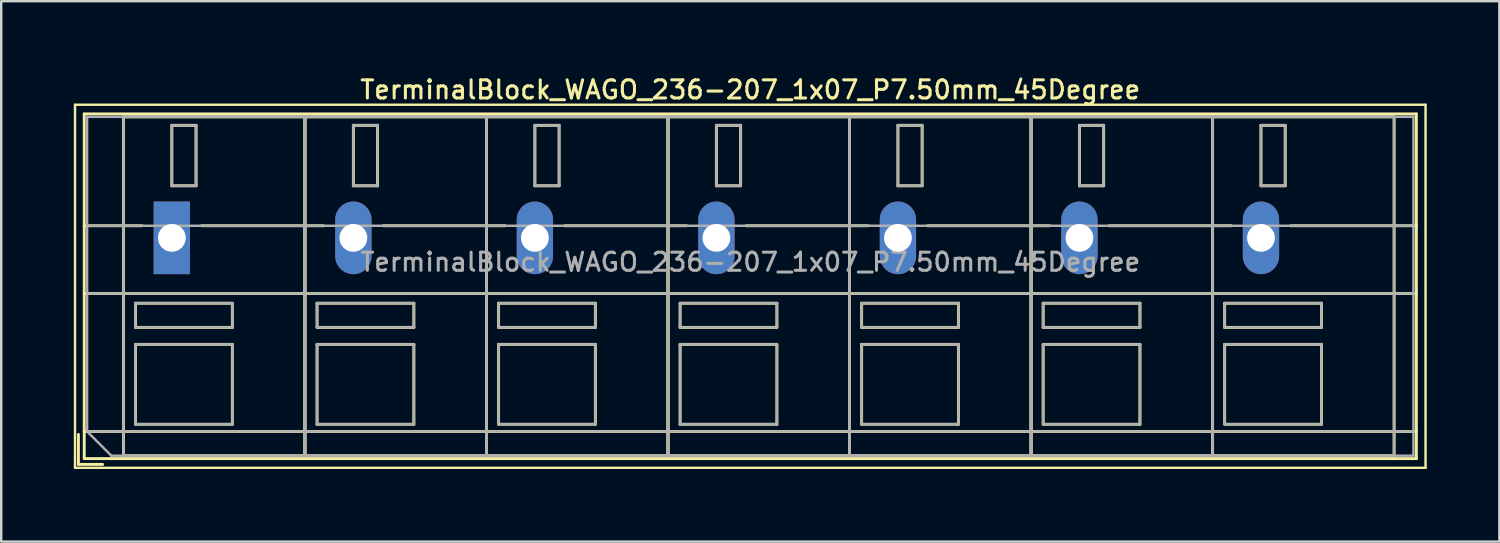
<source format=kicad_pcb>
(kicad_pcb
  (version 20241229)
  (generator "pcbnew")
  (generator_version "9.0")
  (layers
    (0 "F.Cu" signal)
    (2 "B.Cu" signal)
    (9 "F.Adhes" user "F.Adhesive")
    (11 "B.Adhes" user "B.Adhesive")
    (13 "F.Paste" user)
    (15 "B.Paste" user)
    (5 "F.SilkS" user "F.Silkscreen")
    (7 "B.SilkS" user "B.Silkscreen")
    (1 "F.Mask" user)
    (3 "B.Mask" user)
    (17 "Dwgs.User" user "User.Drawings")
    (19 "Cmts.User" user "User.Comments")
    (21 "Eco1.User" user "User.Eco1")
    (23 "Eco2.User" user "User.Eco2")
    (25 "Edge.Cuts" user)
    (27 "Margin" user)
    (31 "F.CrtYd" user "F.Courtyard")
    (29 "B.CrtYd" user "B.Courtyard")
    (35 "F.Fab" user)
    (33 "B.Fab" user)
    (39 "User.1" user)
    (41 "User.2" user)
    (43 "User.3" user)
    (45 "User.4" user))
  (footprint "TerminalBlock_WAGO_236-207_1x07_P7.50mm_45Degree"
    (layer "F.Cu")
    (at 4.05 6.778)
    (property "Reference" "TerminalBlock_WAGO_236-207_1x07_P7.50mm_45Degree" (at 23.9 -6.12 0) (layer "F.SilkS") (effects (font (size 0.75 0.75) (thickness 0.125))))
    (attr through_hole)
    (fp_line (start -4 -5.5) (end -4 9.5) (stroke (width 0.1) (type solid)) (layer "F.SilkS"))
    (fp_line (start -4 9.5) (end 51.8 9.5) (stroke (width 0.1) (type solid)) (layer "F.SilkS"))
    (fp_line (start -3.86 8.12) (end -3.86 9.36) (stroke (width 0.12) (type solid)) (layer "F.SilkS"))
    (fp_line (start -3.86 9.36) (end -2.86 9.36) (stroke (width 0.12) (type solid)) (layer "F.SilkS"))
    (fp_line (start -3.62 -5.12) (end -3.62 9.12) (stroke (width 0.12) (type solid)) (layer "F.SilkS"))
    (fp_line (start -3.62 -5.12) (end 51.42 -5.12) (stroke (width 0.12) (type solid)) (layer "F.SilkS"))
    (fp_line (start -3.62 -0.5) (end -1.23 -0.5) (stroke (width 0.12) (type solid)) (layer "F.SilkS"))
    (fp_line (start -3.62 2.3) (end 51.42 2.3) (stroke (width 0.12) (type solid)) (layer "F.SilkS"))
    (fp_line (start -3.62 8) (end 51.42 8) (stroke (width 0.12) (type solid)) (layer "F.SilkS"))
    (fp_line (start -3.62 9.12) (end 51.42 9.12) (stroke (width 0.12) (type solid)) (layer "F.SilkS"))
    (fp_line (start -2 -5) (end -2 9) (stroke (width 0.12) (type solid)) (layer "F.SilkS"))
    (fp_line (start -2 -5) (end 5.5 -5) (stroke (width 0.12) (type solid)) (layer "F.SilkS"))
    (fp_line (start -2 9) (end 5.5 9) (stroke (width 0.12) (type solid)) (layer "F.SilkS"))
    (fp_line (start -1.5 2.7) (end -1.5 3.7) (stroke (width 0.12) (type solid)) (layer "F.SilkS"))
    (fp_line (start -1.5 2.7) (end 2.5 2.7) (stroke (width 0.12) (type solid)) (layer "F.SilkS"))
    (fp_line (start -1.5 3.7) (end 2.5 3.7) (stroke (width 0.12) (type solid)) (layer "F.SilkS"))
    (fp_line (start -1.5 4.4) (end -1.5 7.7) (stroke (width 0.12) (type solid)) (layer "F.SilkS"))
    (fp_line (start -1.5 4.4) (end 2.5 4.4) (stroke (width 0.12) (type solid)) (layer "F.SilkS"))
    (fp_line (start -1.5 7.7) (end 2.5 7.7) (stroke (width 0.12) (type solid)) (layer "F.SilkS"))
    (fp_line (start 0 -4.65) (end 0 -2.151) (stroke (width 0.12) (type solid)) (layer "F.SilkS"))
    (fp_line (start 0 -4.65) (end 1 -4.65) (stroke (width 0.12) (type solid)) (layer "F.SilkS"))
    (fp_line (start 0 -2.151) (end 1 -2.151) (stroke (width 0.12) (type solid)) (layer "F.SilkS"))
    (fp_line (start 1 -4.65) (end 1 -2.151) (stroke (width 0.12) (type solid)) (layer "F.SilkS"))
    (fp_line (start 1.23 -0.5) (end 6.27 -0.5) (stroke (width 0.12) (type solid)) (layer "F.SilkS"))
    (fp_line (start 2.5 2.7) (end 2.5 3.7) (stroke (width 0.12) (type solid)) (layer "F.SilkS"))
    (fp_line (start 2.5 4.4) (end 2.5 7.7) (stroke (width 0.12) (type solid)) (layer "F.SilkS"))
    (fp_line (start 5.5 -5) (end 5.5 9) (stroke (width 0.12) (type solid)) (layer "F.SilkS"))
    (fp_line (start 5.5 -5) (end 5.5 9) (stroke (width 0.12) (type solid)) (layer "F.SilkS"))
    (fp_line (start 5.5 -5) (end 13 -5) (stroke (width 0.12) (type solid)) (layer "F.SilkS"))
    (fp_line (start 5.5 9) (end 13 9) (stroke (width 0.12) (type solid)) (layer "F.SilkS"))
    (fp_line (start 6 2.7) (end 6 3.7) (stroke (width 0.12) (type solid)) (layer "F.SilkS"))
    (fp_line (start 6 2.7) (end 10 2.7) (stroke (width 0.12) (type solid)) (layer "F.SilkS"))
    (fp_line (start 6 3.7) (end 10 3.7) (stroke (width 0.12) (type solid)) (layer "F.SilkS"))
    (fp_line (start 6 4.4) (end 6 7.7) (stroke (width 0.12) (type solid)) (layer "F.SilkS"))
    (fp_line (start 6 4.4) (end 10 4.4) (stroke (width 0.12) (type solid)) (layer "F.SilkS"))
    (fp_line (start 6 7.7) (end 10 7.7) (stroke (width 0.12) (type solid)) (layer "F.SilkS"))
    (fp_line (start 7.5 -4.65) (end 7.5 -2.151) (stroke (width 0.12) (type solid)) (layer "F.SilkS"))
    (fp_line (start 7.5 -4.65) (end 8.5 -4.65) (stroke (width 0.12) (type solid)) (layer "F.SilkS"))
    (fp_line (start 7.5 -2.151) (end 8.5 -2.151) (stroke (width 0.12) (type solid)) (layer "F.SilkS"))
    (fp_line (start 8.5 -4.65) (end 8.5 -2.151) (stroke (width 0.12) (type solid)) (layer "F.SilkS"))
    (fp_line (start 8.73 -0.5) (end 13.77 -0.5) (stroke (width 0.12) (type solid)) (layer "F.SilkS"))
    (fp_line (start 10 2.7) (end 10 3.7) (stroke (width 0.12) (type solid)) (layer "F.SilkS"))
    (fp_line (start 10 4.4) (end 10 7.7) (stroke (width 0.12) (type solid)) (layer "F.SilkS"))
    (fp_line (start 13 -5) (end 13 9) (stroke (width 0.12) (type solid)) (layer "F.SilkS"))
    (fp_line (start 13 -5) (end 13 9) (stroke (width 0.12) (type solid)) (layer "F.SilkS"))
    (fp_line (start 13 -5) (end 20.5 -5) (stroke (width 0.12) (type solid)) (layer "F.SilkS"))
    (fp_line (start 13 9) (end 20.5 9) (stroke (width 0.12) (type solid)) (layer "F.SilkS"))
    (fp_line (start 13.5 2.7) (end 13.5 3.7) (stroke (width 0.12) (type solid)) (layer "F.SilkS"))
    (fp_line (start 13.5 2.7) (end 17.5 2.7) (stroke (width 0.12) (type solid)) (layer "F.SilkS"))
    (fp_line (start 13.5 3.7) (end 17.5 3.7) (stroke (width 0.12) (type solid)) (layer "F.SilkS"))
    (fp_line (start 13.5 4.4) (end 13.5 7.7) (stroke (width 0.12) (type solid)) (layer "F.SilkS"))
    (fp_line (start 13.5 4.4) (end 17.5 4.4) (stroke (width 0.12) (type solid)) (layer "F.SilkS"))
    (fp_line (start 13.5 7.7) (end 17.5 7.7) (stroke (width 0.12) (type solid)) (layer "F.SilkS"))
    (fp_line (start 15 -4.65) (end 15 -2.151) (stroke (width 0.12) (type solid)) (layer "F.SilkS"))
    (fp_line (start 15 -4.65) (end 16 -4.65) (stroke (width 0.12) (type solid)) (layer "F.SilkS"))
    (fp_line (start 15 -2.151) (end 16 -2.151) (stroke (width 0.12) (type solid)) (layer "F.SilkS"))
    (fp_line (start 16 -4.65) (end 16 -2.151) (stroke (width 0.12) (type solid)) (layer "F.SilkS"))
    (fp_line (start 16.23 -0.5) (end 21.27 -0.5) (stroke (width 0.12) (type solid)) (layer "F.SilkS"))
    (fp_line (start 17.5 2.7) (end 17.5 3.7) (stroke (width 0.12) (type solid)) (layer "F.SilkS"))
    (fp_line (start 17.5 4.4) (end 17.5 7.7) (stroke (width 0.12) (type solid)) (layer "F.SilkS"))
    (fp_line (start 20.5 -5) (end 20.5 9) (stroke (width 0.12) (type solid)) (layer "F.SilkS"))
    (fp_line (start 20.5 -5) (end 20.5 9) (stroke (width 0.12) (type solid)) (layer "F.SilkS"))
    (fp_line (start 20.5 -5) (end 28 -5) (stroke (width 0.12) (type solid)) (layer "F.SilkS"))
    (fp_line (start 20.5 9) (end 28 9) (stroke (width 0.12) (type solid)) (layer "F.SilkS"))
    (fp_line (start 21 2.7) (end 21 3.7) (stroke (width 0.12) (type solid)) (layer "F.SilkS"))
    (fp_line (start 21 2.7) (end 25 2.7) (stroke (width 0.12) (type solid)) (layer "F.SilkS"))
    (fp_line (start 21 3.7) (end 25 3.7) (stroke (width 0.12) (type solid)) (layer "F.SilkS"))
    (fp_line (start 21 4.4) (end 21 7.7) (stroke (width 0.12) (type solid)) (layer "F.SilkS"))
    (fp_line (start 21 4.4) (end 25 4.4) (stroke (width 0.12) (type solid)) (layer "F.SilkS"))
    (fp_line (start 21 7.7) (end 25 7.7) (stroke (width 0.12) (type solid)) (layer "F.SilkS"))
    (fp_line (start 22.5 -4.65) (end 22.5 -2.151) (stroke (width 0.12) (type solid)) (layer "F.SilkS"))
    (fp_line (start 22.5 -4.65) (end 23.5 -4.65) (stroke (width 0.12) (type solid)) (layer "F.SilkS"))
    (fp_line (start 22.5 -2.151) (end 23.5 -2.151) (stroke (width 0.12) (type solid)) (layer "F.SilkS"))
    (fp_line (start 23.5 -4.65) (end 23.5 -2.151) (stroke (width 0.12) (type solid)) (layer "F.SilkS"))
    (fp_line (start 23.73 -0.5) (end 28.77 -0.5) (stroke (width 0.12) (type solid)) (layer "F.SilkS"))
    (fp_line (start 25 2.7) (end 25 3.7) (stroke (width 0.12) (type solid)) (layer "F.SilkS"))
    (fp_line (start 25 4.4) (end 25 7.7) (stroke (width 0.12) (type solid)) (layer "F.SilkS"))
    (fp_line (start 28 -5) (end 28 9) (stroke (width 0.12) (type solid)) (layer "F.SilkS"))
    (fp_line (start 28 -5) (end 28 9) (stroke (width 0.12) (type solid)) (layer "F.SilkS"))
    (fp_line (start 28 -5) (end 35.5 -5) (stroke (width 0.12) (type solid)) (layer "F.SilkS"))
    (fp_line (start 28 9) (end 35.5 9) (stroke (width 0.12) (type solid)) (layer "F.SilkS"))
    (fp_line (start 28.5 2.7) (end 28.5 3.7) (stroke (width 0.12) (type solid)) (layer "F.SilkS"))
    (fp_line (start 28.5 2.7) (end 32.5 2.7) (stroke (width 0.12) (type solid)) (layer "F.SilkS"))
    (fp_line (start 28.5 3.7) (end 32.5 3.7) (stroke (width 0.12) (type solid)) (layer "F.SilkS"))
    (fp_line (start 28.5 4.4) (end 28.5 7.7) (stroke (width 0.12) (type solid)) (layer "F.SilkS"))
    (fp_line (start 28.5 4.4) (end 32.5 4.4) (stroke (width 0.12) (type solid)) (layer "F.SilkS"))
    (fp_line (start 28.5 7.7) (end 32.5 7.7) (stroke (width 0.12) (type solid)) (layer "F.SilkS"))
    (fp_line (start 30 -4.65) (end 30 -2.151) (stroke (width 0.12) (type solid)) (layer "F.SilkS"))
    (fp_line (start 30 -4.65) (end 31 -4.65) (stroke (width 0.12) (type solid)) (layer "F.SilkS"))
    (fp_line (start 30 -2.151) (end 31 -2.151) (stroke (width 0.12) (type solid)) (layer "F.SilkS"))
    (fp_line (start 31 -4.65) (end 31 -2.151) (stroke (width 0.12) (type solid)) (layer "F.SilkS"))
    (fp_line (start 31.23 -0.5) (end 36.27 -0.5) (stroke (width 0.12) (type solid)) (layer "F.SilkS"))
    (fp_line (start 32.5 2.7) (end 32.5 3.7) (stroke (width 0.12) (type solid)) (layer "F.SilkS"))
    (fp_line (start 32.5 4.4) (end 32.5 7.7) (stroke (width 0.12) (type solid)) (layer "F.SilkS"))
    (fp_line (start 35.5 -5) (end 35.5 9) (stroke (width 0.12) (type solid)) (layer "F.SilkS"))
    (fp_line (start 35.5 -5) (end 35.5 9) (stroke (width 0.12) (type solid)) (layer "F.SilkS"))
    (fp_line (start 35.5 -5) (end 43 -5) (stroke (width 0.12) (type solid)) (layer "F.SilkS"))
    (fp_line (start 35.5 9) (end 43 9) (stroke (width 0.12) (type solid)) (layer "F.SilkS"))
    (fp_line (start 36 2.7) (end 36 3.7) (stroke (width 0.12) (type solid)) (layer "F.SilkS"))
    (fp_line (start 36 2.7) (end 40 2.7) (stroke (width 0.12) (type solid)) (layer "F.SilkS"))
    (fp_line (start 36 3.7) (end 40 3.7) (stroke (width 0.12) (type solid)) (layer "F.SilkS"))
    (fp_line (start 36 4.4) (end 36 7.7) (stroke (width 0.12) (type solid)) (layer "F.SilkS"))
    (fp_line (start 36 4.4) (end 40 4.4) (stroke (width 0.12) (type solid)) (layer "F.SilkS"))
    (fp_line (start 36 7.7) (end 40 7.7) (stroke (width 0.12) (type solid)) (layer "F.SilkS"))
    (fp_line (start 37.5 -4.65) (end 37.5 -2.151) (stroke (width 0.12) (type solid)) (layer "F.SilkS"))
    (fp_line (start 37.5 -4.65) (end 38.5 -4.65) (stroke (width 0.12) (type solid)) (layer "F.SilkS"))
    (fp_line (start 37.5 -2.151) (end 38.5 -2.151) (stroke (width 0.12) (type solid)) (layer "F.SilkS"))
    (fp_line (start 38.5 -4.65) (end 38.5 -2.151) (stroke (width 0.12) (type solid)) (layer "F.SilkS"))
    (fp_line (start 38.73 -0.5) (end 43.77 -0.5) (stroke (width 0.12) (type solid)) (layer "F.SilkS"))
    (fp_line (start 40 2.7) (end 40 3.7) (stroke (width 0.12) (type solid)) (layer "F.SilkS"))
    (fp_line (start 40 4.4) (end 40 7.7) (stroke (width 0.12) (type solid)) (layer "F.SilkS"))
    (fp_line (start 43 -5) (end 43 9) (stroke (width 0.12) (type solid)) (layer "F.SilkS"))
    (fp_line (start 43 -5) (end 43 9) (stroke (width 0.12) (type solid)) (layer "F.SilkS"))
    (fp_line (start 43 -5) (end 50.5 -5) (stroke (width 0.12) (type solid)) (layer "F.SilkS"))
    (fp_line (start 43 9) (end 50.5 9) (stroke (width 0.12) (type solid)) (layer "F.SilkS"))
    (fp_line (start 43.5 2.7) (end 43.5 3.7) (stroke (width 0.12) (type solid)) (layer "F.SilkS"))
    (fp_line (start 43.5 2.7) (end 47.5 2.7) (stroke (width 0.12) (type solid)) (layer "F.SilkS"))
    (fp_line (start 43.5 3.7) (end 47.5 3.7) (stroke (width 0.12) (type solid)) (layer "F.SilkS"))
    (fp_line (start 43.5 4.4) (end 43.5 7.7) (stroke (width 0.12) (type solid)) (layer "F.SilkS"))
    (fp_line (start 43.5 4.4) (end 47.5 4.4) (stroke (width 0.12) (type solid)) (layer "F.SilkS"))
    (fp_line (start 43.5 7.7) (end 47.5 7.7) (stroke (width 0.12) (type solid)) (layer "F.SilkS"))
    (fp_line (start 45 -4.65) (end 45 -2.151) (stroke (width 0.12) (type solid)) (layer "F.SilkS"))
    (fp_line (start 45 -4.65) (end 46 -4.65) (stroke (width 0.12) (type solid)) (layer "F.SilkS"))
    (fp_line (start 45 -2.151) (end 46 -2.151) (stroke (width 0.12) (type solid)) (layer "F.SilkS"))
    (fp_line (start 46 -4.65) (end 46 -2.151) (stroke (width 0.12) (type solid)) (layer "F.SilkS"))
    (fp_line (start 46.23 -0.5) (end 51.42 -0.5) (stroke (width 0.12) (type solid)) (layer "F.SilkS"))
    (fp_line (start 47.5 2.7) (end 47.5 3.7) (stroke (width 0.12) (type solid)) (layer "F.SilkS"))
    (fp_line (start 47.5 4.4) (end 47.5 7.7) (stroke (width 0.12) (type solid)) (layer "F.SilkS"))
    (fp_line (start 50.5 -5) (end 50.5 9) (stroke (width 0.12) (type solid)) (layer "F.SilkS"))
    (fp_line (start 51.42 -5.12) (end 51.42 9.12) (stroke (width 0.12) (type solid)) (layer "F.SilkS"))
    (fp_line (start 51.8 -5.5) (end -4 -5.5) (stroke (width 0.1) (type solid)) (layer "F.SilkS"))
    (fp_line (start 51.8 9.5) (end 51.8 -5.5) (stroke (width 0.1) (type solid)) (layer "F.SilkS"))
    (fp_line (start -3.5 -5) (end 51.3 -5) (stroke (width 0.1) (type solid)) (layer "F.Fab"))
    (fp_line (start -3.5 -0.5) (end 51.3 -0.5) (stroke (width 0.1) (type solid)) (layer "F.Fab"))
    (fp_line (start -3.5 2.3) (end 51.3 2.3) (stroke (width 0.1) (type solid)) (layer "F.Fab"))
    (fp_line (start -3.5 8) (end -3.5 -5) (stroke (width 0.1) (type solid)) (layer "F.Fab"))
    (fp_line (start -3.5 8) (end 51.3 8) (stroke (width 0.1) (type solid)) (layer "F.Fab"))
    (fp_line (start -2.5 9) (end -3.5 8) (stroke (width 0.1) (type solid)) (layer "F.Fab"))
    (fp_line (start -2 -5) (end -2 9) (stroke (width 0.1) (type solid)) (layer "F.Fab"))
    (fp_line (start -2 9) (end 5.5 9) (stroke (width 0.1) (type solid)) (layer "F.Fab"))
    (fp_line (start -1.5 2.7) (end -1.5 3.7) (stroke (width 0.1) (type solid)) (layer "F.Fab"))
    (fp_line (start -1.5 3.7) (end 2.5 3.7) (stroke (width 0.1) (type solid)) (layer "F.Fab"))
    (fp_line (start -1.5 4.4) (end -1.5 7.7) (stroke (width 0.1) (type solid)) (layer "F.Fab"))
    (fp_line (start -1.5 7.7) (end 2.5 7.7) (stroke (width 0.1) (type solid)) (layer "F.Fab"))
    (fp_line (start 0 -4.65) (end 0 -2.15) (stroke (width 0.1) (type solid)) (layer "F.Fab"))
    (fp_line (start 0 -2.15) (end 1 -2.15) (stroke (width 0.1) (type solid)) (layer "F.Fab"))
    (fp_line (start 1 -4.65) (end 0 -4.65) (stroke (width 0.1) (type solid)) (layer "F.Fab"))
    (fp_line (start 1 -2.15) (end 1 -4.65) (stroke (width 0.1) (type solid)) (layer "F.Fab"))
    (fp_line (start 2.5 2.7) (end -1.5 2.7) (stroke (width 0.1) (type solid)) (layer "F.Fab"))
    (fp_line (start 2.5 3.7) (end 2.5 2.7) (stroke (width 0.1) (type solid)) (layer "F.Fab"))
    (fp_line (start 2.5 4.4) (end -1.5 4.4) (stroke (width 0.1) (type solid)) (layer "F.Fab"))
    (fp_line (start 2.5 7.7) (end 2.5 4.4) (stroke (width 0.1) (type solid)) (layer "F.Fab"))
    (fp_line (start 5.5 -5) (end -2 -5) (stroke (width 0.1) (type solid)) (layer "F.Fab"))
    (fp_line (start 5.5 -5) (end 5.5 9) (stroke (width 0.1) (type solid)) (layer "F.Fab"))
    (fp_line (start 5.5 9) (end 5.5 -5) (stroke (width 0.1) (type solid)) (layer "F.Fab"))
    (fp_line (start 5.5 9) (end 13 9) (stroke (width 0.1) (type solid)) (layer "F.Fab"))
    (fp_line (start 6 2.7) (end 6 3.7) (stroke (width 0.1) (type solid)) (layer "F.Fab"))
    (fp_line (start 6 3.7) (end 10 3.7) (stroke (width 0.1) (type solid)) (layer "F.Fab"))
    (fp_line (start 6 4.4) (end 6 7.7) (stroke (width 0.1) (type solid)) (layer "F.Fab"))
    (fp_line (start 6 7.7) (end 10 7.7) (stroke (width 0.1) (type solid)) (layer "F.Fab"))
    (fp_line (start 7.5 -4.65) (end 7.5 -2.15) (stroke (width 0.1) (type solid)) (layer "F.Fab"))
    (fp_line (start 7.5 -2.15) (end 8.5 -2.15) (stroke (width 0.1) (type solid)) (layer "F.Fab"))
    (fp_line (start 8.5 -4.65) (end 7.5 -4.65) (stroke (width 0.1) (type solid)) (layer "F.Fab"))
    (fp_line (start 8.5 -2.15) (end 8.5 -4.65) (stroke (width 0.1) (type solid)) (layer "F.Fab"))
    (fp_line (start 10 2.7) (end 6 2.7) (stroke (width 0.1) (type solid)) (layer "F.Fab"))
    (fp_line (start 10 3.7) (end 10 2.7) (stroke (width 0.1) (type solid)) (layer "F.Fab"))
    (fp_line (start 10 4.4) (end 6 4.4) (stroke (width 0.1) (type solid)) (layer "F.Fab"))
    (fp_line (start 10 7.7) (end 10 4.4) (stroke (width 0.1) (type solid)) (layer "F.Fab"))
    (fp_line (start 13 -5) (end 5.5 -5) (stroke (width 0.1) (type solid)) (layer "F.Fab"))
    (fp_line (start 13 -5) (end 13 9) (stroke (width 0.1) (type solid)) (layer "F.Fab"))
    (fp_line (start 13 9) (end 13 -5) (stroke (width 0.1) (type solid)) (layer "F.Fab"))
    (fp_line (start 13 9) (end 20.5 9) (stroke (width 0.1) (type solid)) (layer "F.Fab"))
    (fp_line (start 13.5 2.7) (end 13.5 3.7) (stroke (width 0.1) (type solid)) (layer "F.Fab"))
    (fp_line (start 13.5 3.7) (end 17.5 3.7) (stroke (width 0.1) (type solid)) (layer "F.Fab"))
    (fp_line (start 13.5 4.4) (end 13.5 7.7) (stroke (width 0.1) (type solid)) (layer "F.Fab"))
    (fp_line (start 13.5 7.7) (end 17.5 7.7) (stroke (width 0.1) (type solid)) (layer "F.Fab"))
    (fp_line (start 15 -4.65) (end 15 -2.15) (stroke (width 0.1) (type solid)) (layer "F.Fab"))
    (fp_line (start 15 -2.15) (end 16 -2.15) (stroke (width 0.1) (type solid)) (layer "F.Fab"))
    (fp_line (start 16 -4.65) (end 15 -4.65) (stroke (width 0.1) (type solid)) (layer "F.Fab"))
    (fp_line (start 16 -2.15) (end 16 -4.65) (stroke (width 0.1) (type solid)) (layer "F.Fab"))
    (fp_line (start 17.5 2.7) (end 13.5 2.7) (stroke (width 0.1) (type solid)) (layer "F.Fab"))
    (fp_line (start 17.5 3.7) (end 17.5 2.7) (stroke (width 0.1) (type solid)) (layer "F.Fab"))
    (fp_line (start 17.5 4.4) (end 13.5 4.4) (stroke (width 0.1) (type solid)) (layer "F.Fab"))
    (fp_line (start 17.5 7.7) (end 17.5 4.4) (stroke (width 0.1) (type solid)) (layer "F.Fab"))
    (fp_line (start 20.5 -5) (end 13 -5) (stroke (width 0.1) (type solid)) (layer "F.Fab"))
    (fp_line (start 20.5 -5) (end 20.5 9) (stroke (width 0.1) (type solid)) (layer "F.Fab"))
    (fp_line (start 20.5 9) (end 20.5 -5) (stroke (width 0.1) (type solid)) (layer "F.Fab"))
    (fp_line (start 20.5 9) (end 28 9) (stroke (width 0.1) (type solid)) (layer "F.Fab"))
    (fp_line (start 21 2.7) (end 21 3.7) (stroke (width 0.1) (type solid)) (layer "F.Fab"))
    (fp_line (start 21 3.7) (end 25 3.7) (stroke (width 0.1) (type solid)) (layer "F.Fab"))
    (fp_line (start 21 4.4) (end 21 7.7) (stroke (width 0.1) (type solid)) (layer "F.Fab"))
    (fp_line (start 21 7.7) (end 25 7.7) (stroke (width 0.1) (type solid)) (layer "F.Fab"))
    (fp_line (start 22.5 -4.65) (end 22.5 -2.15) (stroke (width 0.1) (type solid)) (layer "F.Fab"))
    (fp_line (start 22.5 -2.15) (end 23.5 -2.15) (stroke (width 0.1) (type solid)) (layer "F.Fab"))
    (fp_line (start 23.5 -4.65) (end 22.5 -4.65) (stroke (width 0.1) (type solid)) (layer "F.Fab"))
    (fp_line (start 23.5 -2.15) (end 23.5 -4.65) (stroke (width 0.1) (type solid)) (layer "F.Fab"))
    (fp_line (start 25 2.7) (end 21 2.7) (stroke (width 0.1) (type solid)) (layer "F.Fab"))
    (fp_line (start 25 3.7) (end 25 2.7) (stroke (width 0.1) (type solid)) (layer "F.Fab"))
    (fp_line (start 25 4.4) (end 21 4.4) (stroke (width 0.1) (type solid)) (layer "F.Fab"))
    (fp_line (start 25 7.7) (end 25 4.4) (stroke (width 0.1) (type solid)) (layer "F.Fab"))
    (fp_line (start 28 -5) (end 20.5 -5) (stroke (width 0.1) (type solid)) (layer "F.Fab"))
    (fp_line (start 28 -5) (end 28 9) (stroke (width 0.1) (type solid)) (layer "F.Fab"))
    (fp_line (start 28 9) (end 28 -5) (stroke (width 0.1) (type solid)) (layer "F.Fab"))
    (fp_line (start 28 9) (end 35.5 9) (stroke (width 0.1) (type solid)) (layer "F.Fab"))
    (fp_line (start 28.5 2.7) (end 28.5 3.7) (stroke (width 0.1) (type solid)) (layer "F.Fab"))
    (fp_line (start 28.5 3.7) (end 32.5 3.7) (stroke (width 0.1) (type solid)) (layer "F.Fab"))
    (fp_line (start 28.5 4.4) (end 28.5 7.7) (stroke (width 0.1) (type solid)) (layer "F.Fab"))
    (fp_line (start 28.5 7.7) (end 32.5 7.7) (stroke (width 0.1) (type solid)) (layer "F.Fab"))
    (fp_line (start 30 -4.65) (end 30 -2.15) (stroke (width 0.1) (type solid)) (layer "F.Fab"))
    (fp_line (start 30 -2.15) (end 31 -2.15) (stroke (width 0.1) (type solid)) (layer "F.Fab"))
    (fp_line (start 31 -4.65) (end 30 -4.65) (stroke (width 0.1) (type solid)) (layer "F.Fab"))
    (fp_line (start 31 -2.15) (end 31 -4.65) (stroke (width 0.1) (type solid)) (layer "F.Fab"))
    (fp_line (start 32.5 2.7) (end 28.5 2.7) (stroke (width 0.1) (type solid)) (layer "F.Fab"))
    (fp_line (start 32.5 3.7) (end 32.5 2.7) (stroke (width 0.1) (type solid)) (layer "F.Fab"))
    (fp_line (start 32.5 4.4) (end 28.5 4.4) (stroke (width 0.1) (type solid)) (layer "F.Fab"))
    (fp_line (start 32.5 7.7) (end 32.5 4.4) (stroke (width 0.1) (type solid)) (layer "F.Fab"))
    (fp_line (start 35.5 -5) (end 28 -5) (stroke (width 0.1) (type solid)) (layer "F.Fab"))
    (fp_line (start 35.5 -5) (end 35.5 9) (stroke (width 0.1) (type solid)) (layer "F.Fab"))
    (fp_line (start 35.5 9) (end 35.5 -5) (stroke (width 0.1) (type solid)) (layer "F.Fab"))
    (fp_line (start 35.5 9) (end 43 9) (stroke (width 0.1) (type solid)) (layer "F.Fab"))
    (fp_line (start 36 2.7) (end 36 3.7) (stroke (width 0.1) (type solid)) (layer "F.Fab"))
    (fp_line (start 36 3.7) (end 40 3.7) (stroke (width 0.1) (type solid)) (layer "F.Fab"))
    (fp_line (start 36 4.4) (end 36 7.7) (stroke (width 0.1) (type solid)) (layer "F.Fab"))
    (fp_line (start 36 7.7) (end 40 7.7) (stroke (width 0.1) (type solid)) (layer "F.Fab"))
    (fp_line (start 37.5 -4.65) (end 37.5 -2.15) (stroke (width 0.1) (type solid)) (layer "F.Fab"))
    (fp_line (start 37.5 -2.15) (end 38.5 -2.15) (stroke (width 0.1) (type solid)) (layer "F.Fab"))
    (fp_line (start 38.5 -4.65) (end 37.5 -4.65) (stroke (width 0.1) (type solid)) (layer "F.Fab"))
    (fp_line (start 38.5 -2.15) (end 38.5 -4.65) (stroke (width 0.1) (type solid)) (layer "F.Fab"))
    (fp_line (start 40 2.7) (end 36 2.7) (stroke (width 0.1) (type solid)) (layer "F.Fab"))
    (fp_line (start 40 3.7) (end 40 2.7) (stroke (width 0.1) (type solid)) (layer "F.Fab"))
    (fp_line (start 40 4.4) (end 36 4.4) (stroke (width 0.1) (type solid)) (layer "F.Fab"))
    (fp_line (start 40 7.7) (end 40 4.4) (stroke (width 0.1) (type solid)) (layer "F.Fab"))
    (fp_line (start 43 -5) (end 35.5 -5) (stroke (width 0.1) (type solid)) (layer "F.Fab"))
    (fp_line (start 43 -5) (end 43 9) (stroke (width 0.1) (type solid)) (layer "F.Fab"))
    (fp_line (start 43 9) (end 43 -5) (stroke (width 0.1) (type solid)) (layer "F.Fab"))
    (fp_line (start 43 9) (end 50.5 9) (stroke (width 0.1) (type solid)) (layer "F.Fab"))
    (fp_line (start 43.5 2.7) (end 43.5 3.7) (stroke (width 0.1) (type solid)) (layer "F.Fab"))
    (fp_line (start 43.5 3.7) (end 47.5 3.7) (stroke (width 0.1) (type solid)) (layer "F.Fab"))
    (fp_line (start 43.5 4.4) (end 43.5 7.7) (stroke (width 0.1) (type solid)) (layer "F.Fab"))
    (fp_line (start 43.5 7.7) (end 47.5 7.7) (stroke (width 0.1) (type solid)) (layer "F.Fab"))
    (fp_line (start 45 -4.65) (end 45 -2.15) (stroke (width 0.1) (type solid)) (layer "F.Fab"))
    (fp_line (start 45 -2.15) (end 46 -2.15) (stroke (width 0.1) (type solid)) (layer "F.Fab"))
    (fp_line (start 46 -4.65) (end 45 -4.65) (stroke (width 0.1) (type solid)) (layer "F.Fab"))
    (fp_line (start 46 -2.15) (end 46 -4.65) (stroke (width 0.1) (type solid)) (layer "F.Fab"))
    (fp_line (start 47.5 2.7) (end 43.5 2.7) (stroke (width 0.1) (type solid)) (layer "F.Fab"))
    (fp_line (start 47.5 3.7) (end 47.5 2.7) (stroke (width 0.1) (type solid)) (layer "F.Fab"))
    (fp_line (start 47.5 4.4) (end 43.5 4.4) (stroke (width 0.1) (type solid)) (layer "F.Fab"))
    (fp_line (start 47.5 7.7) (end 47.5 4.4) (stroke (width 0.1) (type solid)) (layer "F.Fab"))
    (fp_line (start 50.5 -5) (end 43 -5) (stroke (width 0.1) (type solid)) (layer "F.Fab"))
    (fp_line (start 50.5 9) (end 50.5 -5) (stroke (width 0.1) (type solid)) (layer "F.Fab"))
    (fp_line (start 51.3 -5) (end 51.3 9) (stroke (width 0.1) (type solid)) (layer "F.Fab"))
    (fp_line (start 51.3 9) (end -2.5 9) (stroke (width 0.1) (type solid)) (layer "F.Fab"))
    (fp_text user "${REFERENCE}" (at 23.9 1 0) (layer "F.Fab") (effects (font (size 0.75 0.75) (thickness 0.125))))
    (pad "1" thru_hole rect (at 0 0) (size 1.5 3) (drill 1.15) (layers "*.Cu" "*.Mask"))
    (pad "2" thru_hole oval (at 7.5 0) (size 1.5 3) (drill 1.15) (layers "*.Cu" "*.Mask"))
    (pad "3" thru_hole oval (at 15 0) (size 1.5 3) (drill 1.15) (layers "*.Cu" "*.Mask"))
    (pad "4" thru_hole oval (at 22.5 0) (size 1.5 3) (drill 1.15) (layers "*.Cu" "*.Mask"))
    (pad "5" thru_hole oval (at 30 0) (size 1.5 3) (drill 1.15) (layers "*.Cu" "*.Mask"))
    (pad "6" thru_hole oval (at 37.5 0) (size 1.5 3) (drill 1.15) (layers "*.Cu" "*.Mask"))
    (pad "7" thru_hole oval (at 45 0) (size 1.5 3) (drill 1.15) (layers "*.Cu" "*.Mask")))
  (gr_rect
    (start -3 -3)
    (end 58.9 19.328)
    (stroke (width 0.1) (type default))
    (fill no)
    (layer "Edge.Cuts")))
</source>
